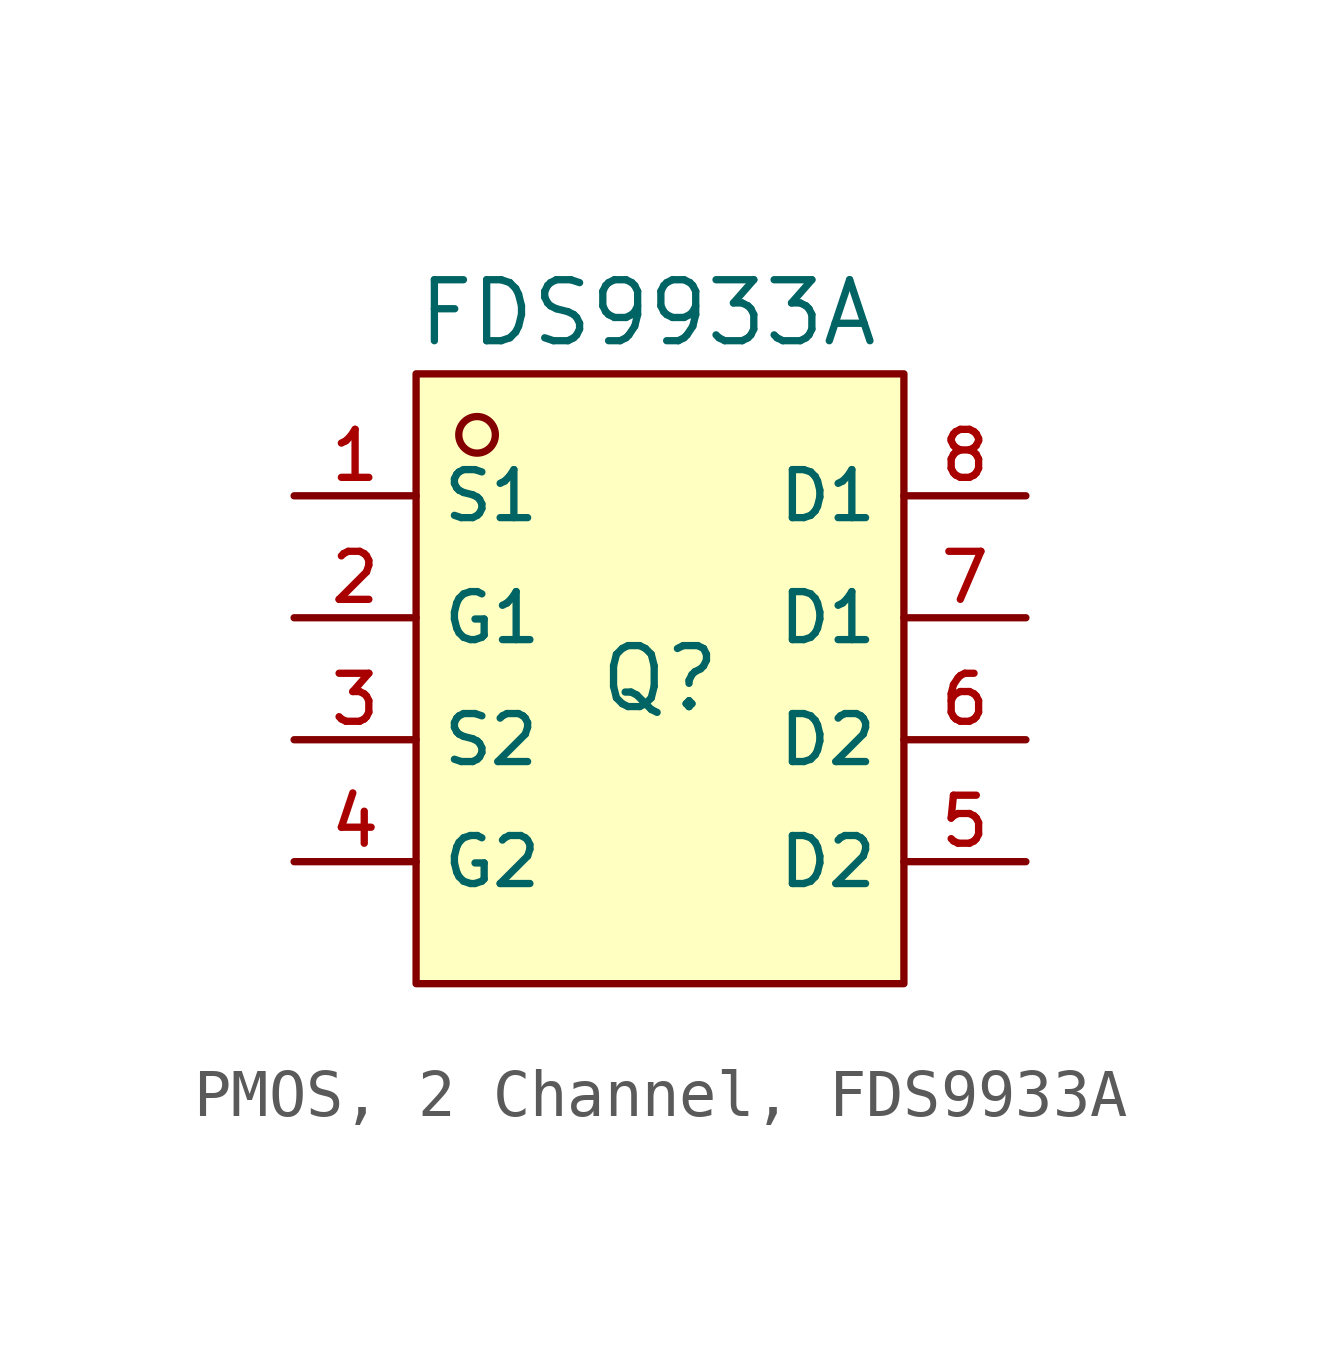
<source format=kicad_sym>
(kicad_symbol_lib
  (version 20231120)
  (generator "CDFER_Archive_Tool")
  (generator_version "0.0")
  (symbol "PMOS, 2 Channel, FDS9933A"
    (property "Reference" "Q"
      (at 0 1.27 0)
      (effects (font (size 1.27 1.27))))
    (property "Value" "FDS9933A"
      (at -0.254 8.89 0)
      (effects (font (size 1.27 1.27))))
    (symbol "PMOS, 2 Channel, FDS9933A_0_1"
      (rectangle (start -5.08 7.62) (end 5.08 -5.08) (stroke (width 0) (type default)) (fill (type background)))
      (circle (center -3.81 6.35) (radius 0.381) (stroke (width 0) (type default)) (fill (type background)))
      (pin unspecified line (at -7.62 5.08 0) (length 2.54) (name "S1" (effects (font (size 1 1)))) (number "1" (effects (font (size 1 1)))))
      (pin unspecified line (at -7.62 2.54 0) (length 2.54) (name "G1" (effects (font (size 1 1)))) (number "2" (effects (font (size 1 1)))))
      (pin unspecified line (at -7.62 0 0) (length 2.54) (name "S2" (effects (font (size 1 1)))) (number "3" (effects (font (size 1 1)))))
      (pin unspecified line (at -7.62 -2.54 0) (length 2.54) (name "G2" (effects (font (size 1 1)))) (number "4" (effects (font (size 1 1)))))
      (pin unspecified line (at 7.62 -2.54 180) (length 2.54) (name "D2" (effects (font (size 1 1)))) (number "5" (effects (font (size 1 1)))))
      (pin unspecified line (at 7.62 0 180) (length 2.54) (name "D2" (effects (font (size 1 1)))) (number "6" (effects (font (size 1 1)))))
      (pin unspecified line (at 7.62 2.54 180) (length 2.54) (name "D1" (effects (font (size 1 1)))) (number "7" (effects (font (size 1 1)))))
      (pin unspecified line (at 7.62 5.08 180) (length 2.54) (name "D1" (effects (font (size 1 1)))) (number "8" (effects (font (size 1 1))))))))
</source>
